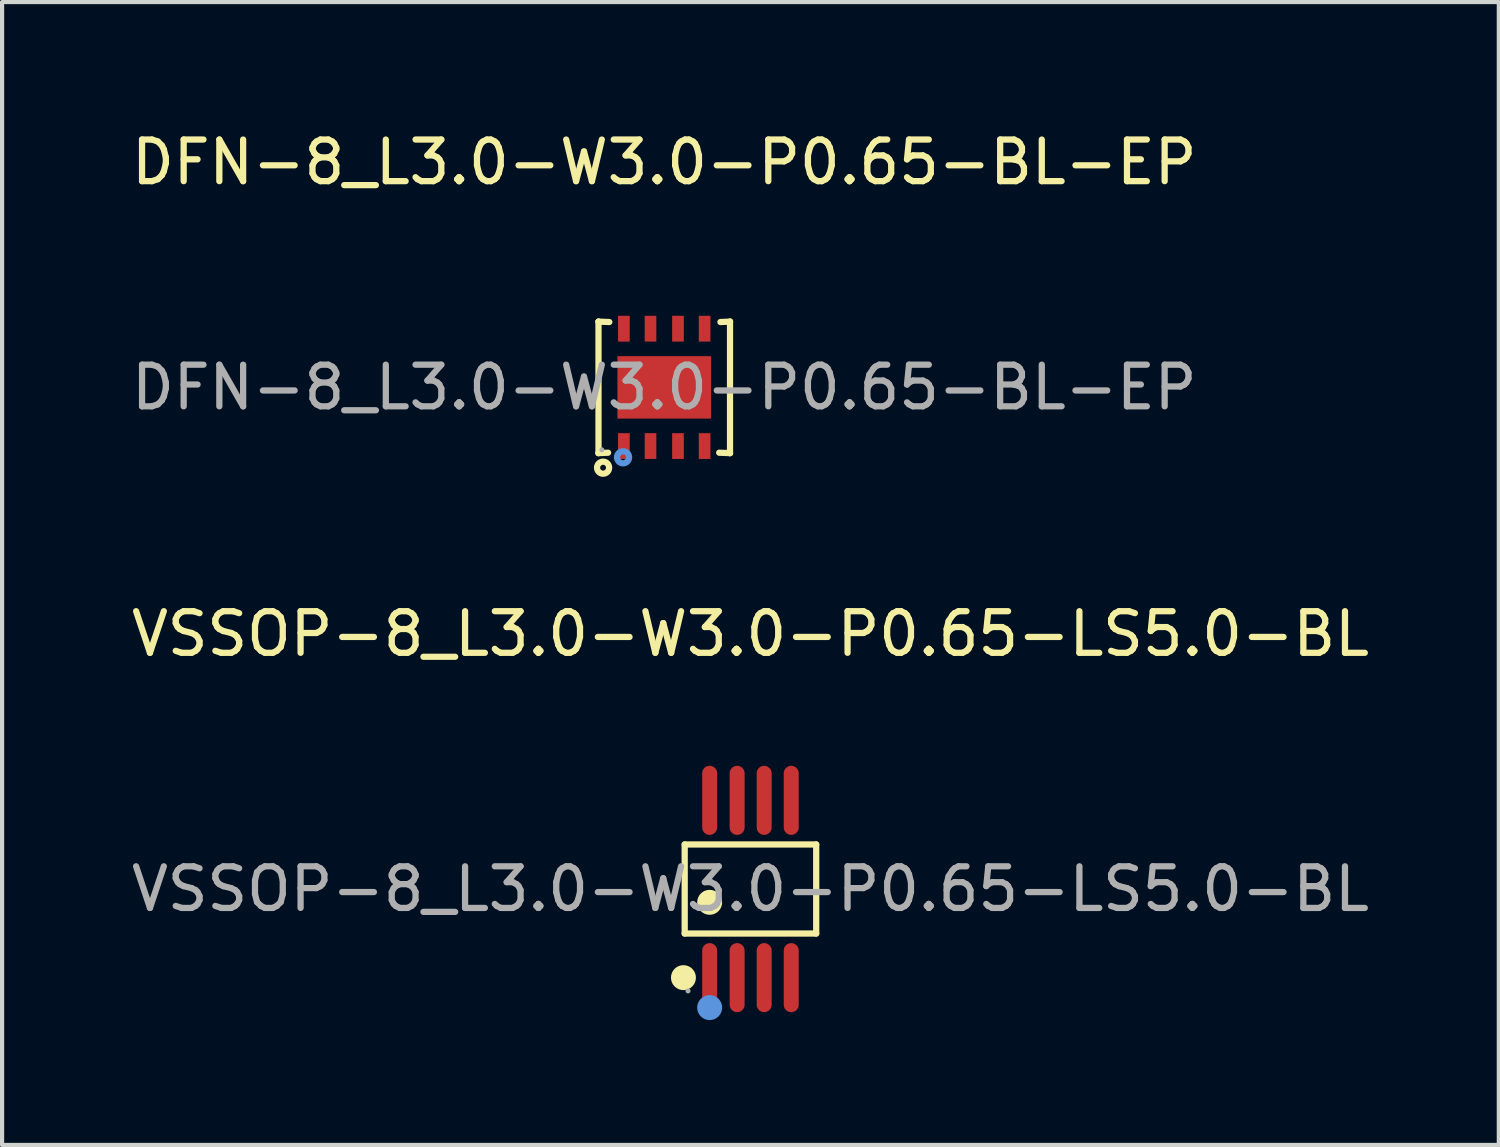
<source format=kicad_pcb>
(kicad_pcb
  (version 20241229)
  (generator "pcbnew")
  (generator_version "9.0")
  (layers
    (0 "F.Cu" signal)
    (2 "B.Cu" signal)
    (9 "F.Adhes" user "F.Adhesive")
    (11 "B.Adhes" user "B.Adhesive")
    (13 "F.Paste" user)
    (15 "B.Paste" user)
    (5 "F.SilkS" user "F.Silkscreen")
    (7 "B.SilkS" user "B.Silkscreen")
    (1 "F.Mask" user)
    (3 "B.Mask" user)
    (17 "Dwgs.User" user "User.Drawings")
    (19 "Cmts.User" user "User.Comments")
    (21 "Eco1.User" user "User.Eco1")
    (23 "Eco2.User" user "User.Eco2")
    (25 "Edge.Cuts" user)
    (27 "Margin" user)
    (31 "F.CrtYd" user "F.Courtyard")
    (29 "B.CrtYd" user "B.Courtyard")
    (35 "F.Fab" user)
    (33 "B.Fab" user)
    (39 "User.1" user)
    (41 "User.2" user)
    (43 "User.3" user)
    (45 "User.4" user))
  (footprint "VSSOP-8_L3.0-W3.0-P0.65-LS5.0-BL"
    (layer "F.Cu")
    (at 14.982 18.311)
    (property "Reference" "VSSOP-8_L3.0-W3.0-P0.65-LS5.0-BL" (at 0 -6.13 0) (layer "F.SilkS") (effects (font (size 1 1) (thickness 0.15))))
    (attr through_hole)
    (fp_line (start -1.58 -1.07) (end 1.58 -1.07) (stroke (width 0.15) (type solid)) (layer "F.SilkS"))
    (fp_line (start -1.58 1.07) (end -1.58 -1.07) (stroke (width 0.15) (type solid)) (layer "F.SilkS"))
    (fp_line (start 1.58 -1.07) (end 1.58 1.07) (stroke (width 0.15) (type solid)) (layer "F.SilkS"))
    (fp_line (start 1.58 1.07) (end -1.58 1.07) (stroke (width 0.15) (type solid)) (layer "F.SilkS"))
    (fp_circle (center -1.61 2.13) (end -1.46 2.13) (stroke (width 0.3) (type solid)) (fill no) (layer "F.SilkS"))
    (fp_circle (center -0.98 0.32) (end -0.83 0.32) (stroke (width 0.3) (type solid)) (fill no) (layer "F.SilkS"))
    (fp_circle (center -0.98 2.85) (end -0.83 2.85) (stroke (width 0.3) (type solid)) (fill no) (layer "Cmts.User"))
    (fp_circle (center -1.5 2.45) (end -1.47 2.45) (stroke (width 0.06) (type solid)) (fill no) (layer "F.Fab"))
    (fp_text user "${REFERENCE}" (at 0 0 0) (layer "F.Fab") (effects (font (size 1 1) (thickness 0.15))))
    (pad "1" smd oval (at -0.98 2.13) (size 0.36 1.66) (layers "F.Cu" "F.Mask" "F.Paste"))
    (pad "2" smd oval (at -0.32 2.13) (size 0.36 1.66) (layers "F.Cu" "F.Mask" "F.Paste"))
    (pad "3" smd oval (at 0.33 2.13) (size 0.36 1.66) (layers "F.Cu" "F.Mask" "F.Paste"))
    (pad "4" smd oval (at 0.98 2.13) (size 0.36 1.66) (layers "F.Cu" "F.Mask" "F.Paste"))
    (pad "5" smd oval (at 0.98 -2.13) (size 0.36 1.66) (layers "F.Cu" "F.Mask" "F.Paste"))
    (pad "6" smd oval (at 0.33 -2.13) (size 0.36 1.66) (layers "F.Cu" "F.Mask" "F.Paste"))
    (pad "7" smd oval (at -0.32 -2.13) (size 0.36 1.66) (layers "F.Cu" "F.Mask" "F.Paste"))
    (pad "8" smd oval (at -0.98 -2.13) (size 0.36 1.66) (layers "F.Cu" "F.Mask" "F.Paste")))
  (footprint "DFN-8_L3.0-W3.0-P0.65-BL-EP"
    (layer "F.Cu")
    (at 12.911 6.258)
    (property "Reference" "DFN-8_L3.0-W3.0-P0.65-BL-EP" (at 0 -5.41 0) (layer "F.SilkS") (effects (font (size 1 1) (thickness 0.15))))
    (attr through_hole)
    (fp_line (start -1.58 -1.58) (end -1.58 -1.58) (stroke (width 0.15) (type solid)) (layer "F.SilkS"))
    (fp_line (start -1.58 -1.58) (end -1.58 1.58) (stroke (width 0.15) (type solid)) (layer "F.SilkS"))
    (fp_line (start -1.58 1.58) (end -1.58 1.58) (stroke (width 0.15) (type solid)) (layer "F.SilkS"))
    (fp_line (start -1.58 1.58) (end -1.35 1.57) (stroke (width 0.15) (type solid)) (layer "F.SilkS"))
    (fp_line (start -1.32 -1.57) (end -1.58 -1.58) (stroke (width 0.15) (type solid)) (layer "F.SilkS"))
    (fp_line (start 1.32 1.57) (end 1.58 1.58) (stroke (width 0.15) (type solid)) (layer "F.SilkS"))
    (fp_line (start 1.58 -1.58) (end 1.35 -1.57) (stroke (width 0.15) (type solid)) (layer "F.SilkS"))
    (fp_line (start 1.58 -1.58) (end 1.58 -1.58) (stroke (width 0.15) (type solid)) (layer "F.SilkS"))
    (fp_line (start 1.58 1.58) (end 1.58 -1.58) (stroke (width 0.15) (type solid)) (layer "F.SilkS"))
    (fp_line (start 1.58 1.58) (end 1.58 1.58) (stroke (width 0.15) (type solid)) (layer "F.SilkS"))
    (fp_circle (center -1.47 1.93) (end -1.4 1.93) (stroke (width 0.15) (type solid)) (fill no) (layer "F.SilkS"))
    (fp_circle (center -0.99 1.68) (end -0.92 1.68) (stroke (width 0.15) (type solid)) (fill no) (layer "Cmts.User"))
    (fp_circle (center -1.5 1.5) (end -1.47 1.5) (stroke (width 0.06) (type solid)) (fill no) (layer "F.Fab"))
    (fp_text user "${REFERENCE}" (at 0 0 0) (layer "F.Fab") (effects (font (size 1 1) (thickness 0.15))))
    (pad "1" smd rect (at -0.97 1.41) (size 0.28 0.62) (layers "F.Cu" "F.Mask" "F.Paste"))
    (pad "2" smd rect (at -0.33 1.41) (size 0.28 0.62) (layers "F.Cu" "F.Mask" "F.Paste"))
    (pad "3" smd rect (at 0.33 1.41) (size 0.28 0.62) (layers "F.Cu" "F.Mask" "F.Paste"))
    (pad "4" smd rect (at 0.97 1.41) (size 0.28 0.62) (layers "F.Cu" "F.Mask" "F.Paste"))
    (pad "5" smd rect (at 0.97 -1.41) (size 0.28 0.62) (layers "F.Cu" "F.Mask" "F.Paste"))
    (pad "6" smd rect (at 0.33 -1.41) (size 0.28 0.62) (layers "F.Cu" "F.Mask" "F.Paste"))
    (pad "7" smd rect (at -0.33 -1.41) (size 0.28 0.62) (layers "F.Cu" "F.Mask" "F.Paste"))
    (pad "8" smd rect (at -0.97 -1.41) (size 0.28 0.62) (layers "F.Cu" "F.Mask" "F.Paste"))
    (pad "9" smd rect (at 0 0) (size 2.25 1.5) (layers "F.Cu" "F.Mask" "F.Paste")))
  (gr_rect
    (start -3 -3)
    (end 32.964 24.462)
    (stroke (width 0.1) (type default))
    (fill no)
    (layer "Edge.Cuts")))
</source>
